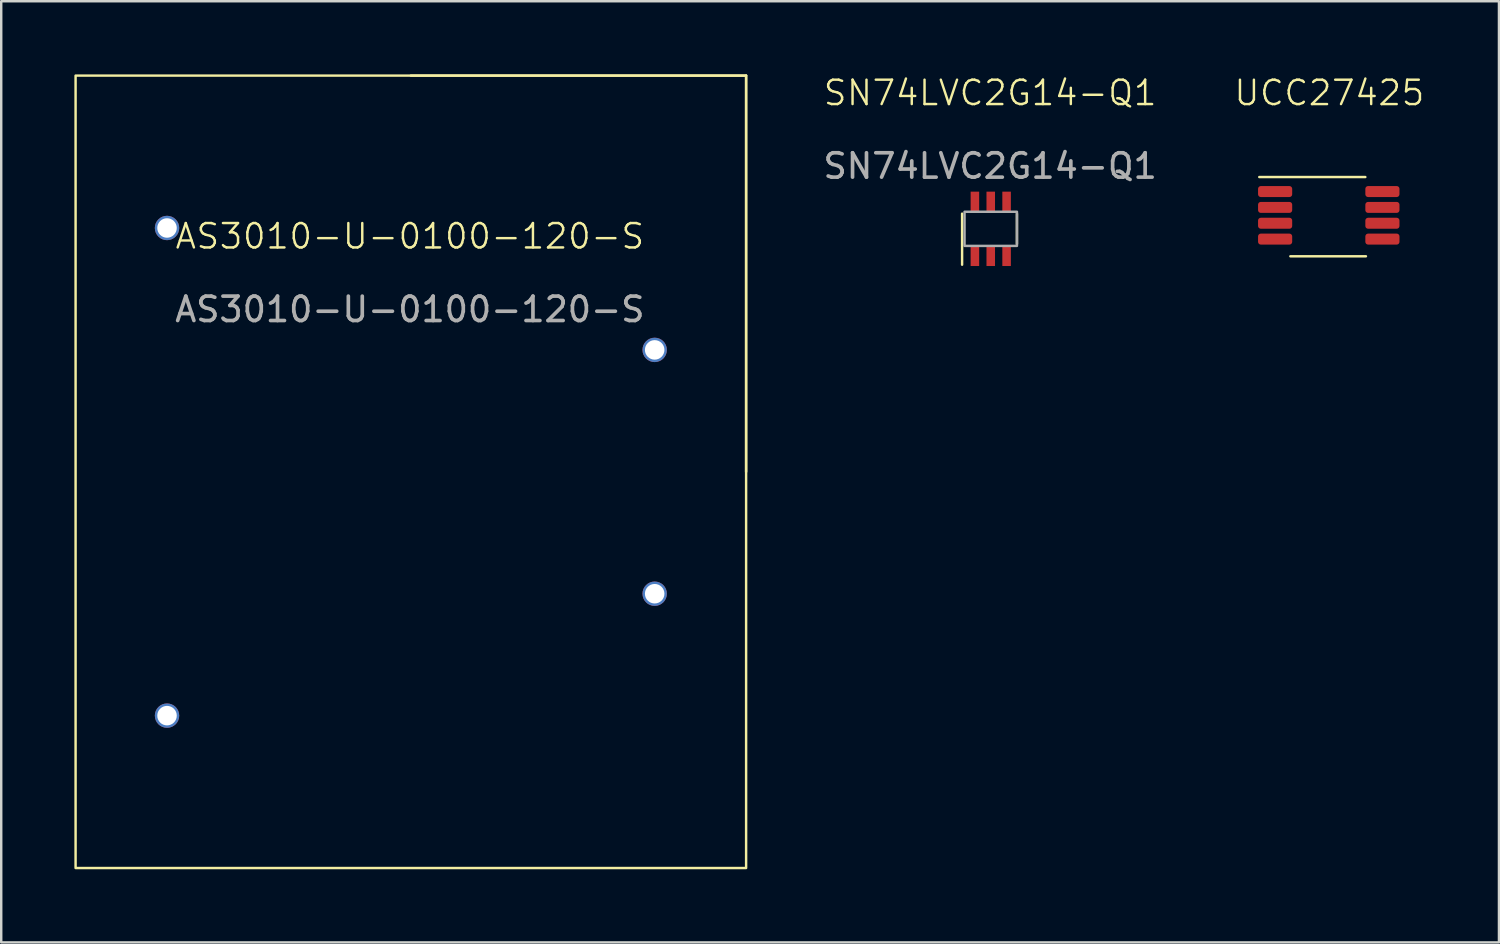
<source format=kicad_pcb>
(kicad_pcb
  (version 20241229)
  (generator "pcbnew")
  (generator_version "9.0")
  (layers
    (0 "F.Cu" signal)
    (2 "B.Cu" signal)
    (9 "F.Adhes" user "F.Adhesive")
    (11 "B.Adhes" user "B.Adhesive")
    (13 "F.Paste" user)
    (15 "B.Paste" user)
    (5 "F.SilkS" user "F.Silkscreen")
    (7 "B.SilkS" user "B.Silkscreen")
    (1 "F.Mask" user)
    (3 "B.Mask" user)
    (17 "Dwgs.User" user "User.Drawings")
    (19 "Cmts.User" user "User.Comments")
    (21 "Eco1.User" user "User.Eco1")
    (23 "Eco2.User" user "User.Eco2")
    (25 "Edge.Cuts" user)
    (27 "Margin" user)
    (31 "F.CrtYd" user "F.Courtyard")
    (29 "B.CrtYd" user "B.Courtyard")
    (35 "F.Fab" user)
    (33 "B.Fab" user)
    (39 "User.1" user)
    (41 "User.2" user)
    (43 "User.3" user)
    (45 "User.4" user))
  (footprint "AS3010-U-0100-120-S"
    (layer "F.Cu")
    (at 13.8 16.3)
    (property "Reference" "AS3010-U-0100-120-S" (at -0.04 -9.66 0) (unlocked yes) (layer "F.SilkS") (effects (font (size 1 1) (thickness 0.1))))
    (attr through_hole)
    (fp_line (start 0 -16.25) (end 13.75 -16.25) (stroke (width 0.1) (type default)) (layer "F.SilkS"))
    (fp_line (start 13.75 -16.25) (end 13.75 0) (stroke (width 0.1) (type default)) (layer "F.SilkS"))
    (fp_rect (start -13.75 -16.25) (end 13.75 16.25) (stroke (width 0.1) (type default)) (fill no) (layer "F.SilkS"))
    (fp_text user "${REFERENCE}" (at -0.04 -6.66 0) (unlocked yes) (layer "F.Fab") (effects (font (size 1 1) (thickness 0.15))))
    (pad "1" thru_hole circle (at -10 -10) (size 1 1) (drill 0.8) (layers "*.Cu" "*.Mask"))
    (pad "2" thru_hole circle (at -10 10) (size 1 1) (drill 0.8) (layers "*.Cu" "*.Mask"))
    (pad "3" thru_hole circle (at 10 5) (size 1 1) (drill 0.8) (layers "*.Cu" "*.Mask"))
    (pad "4" thru_hole circle (at 10 -5) (size 1 1) (drill 0.8) (layers "*.Cu" "*.Mask")))
  (footprint "UCC27425"
    (layer "F.Cu")
    (at 51.446 5.761)
    (property "Reference" "UCC27425" (at 0.025 -5 0) (unlocked yes) (layer "F.SilkS") (effects (font (size 1 1) (thickness 0.1))))
    (attr smd)
    (fp_line (start -1.575 1.7) (end 1.525 1.7) (stroke (width 0.1) (type default)) (layer "F.SilkS"))
    (fp_line (start 1.5 -1.55) (end -2.85 -1.55) (stroke (width 0.1) (type default)) (layer "F.SilkS"))
    (pad "1" smd roundrect (at -2.2 -0.955 90) (size 0.45 1.4) (layers "*.Mask" "F.Cu" "F.Paste") (roundrect_rratio 0.25))
    (pad "2" smd roundrect (at -2.2 -0.305 90) (size 0.45 1.4) (layers "*.Mask" "F.Cu" "F.Paste") (roundrect_rratio 0.25))
    (pad "3" smd roundrect (at -2.2 0.345 90) (size 0.45 1.4) (layers "F.Cu" "F.Mask" "F.Paste") (roundrect_rratio 0.25))
    (pad "4" smd roundrect (at -2.2 0.995 90) (size 0.45 1.4) (layers "*.Mask" "F.Cu" "F.Paste") (roundrect_rratio 0.25))
    (pad "5" smd roundrect (at 2.2 0.995 90) (size 0.45 1.4) (layers "*.Mask" "F.Cu" "F.Paste") (roundrect_rratio 0.25))
    (pad "6" smd roundrect (at 2.2 0.345 90) (size 0.45 1.4) (layers "*.Mask" "F.Cu" "F.Paste") (roundrect_rratio 0.25))
    (pad "7" smd roundrect (at 2.2 -0.305 90) (size 0.45 1.4) (layers "*.Mask" "F.Cu" "F.Paste") (roundrect_rratio 0.25))
    (pad "8" smd roundrect (at 2.2 -0.955 90) (size 0.45 1.4) (layers "F.Cu" "B.Mask" "F.Paste") (roundrect_rratio 0.25)))
  (footprint "SN74LVC2G14-Q1"
    (layer "F.Cu")
    (at 37.583 6.335)
    (property "Reference" "SN74LVC2G14-Q1" (at -0.025 -5.575 0) (unlocked yes) (layer "F.SilkS") (effects (font (size 1 1) (thickness 0.1))))
    (attr smd)
    (fp_line (start -1.175 -0.623) (end -1.175 1.472) (stroke (width 0.1) (type default)) (layer "F.SilkS"))
    (fp_line (start 1.075 -0.62) (end 1.075 0.62) (stroke (width 0.1) (type default)) (layer "F.SilkS"))
    (fp_rect (start -1.075 -0.7) (end 1.075 0.7) (stroke (width 0.1) (type default)) (fill no) (layer "F.Fab"))
    (fp_text user "${REFERENCE}" (at -0.025 -2.575 0) (unlocked yes) (layer "F.Fab") (effects (font (size 1 1) (thickness 0.15))))
    (pad "1" smd rect (at -0.65 1.1) (size 0.35 0.85) (layers "F.Cu" "F.Mask" "F.Paste"))
    (pad "2" smd rect (at 0 1.1) (size 0.35 0.85) (layers "F.Cu" "F.Mask" "F.Paste"))
    (pad "3" smd rect (at 0.65 1.1) (size 0.35 0.85) (layers "F.Cu" "F.Mask" "F.Paste"))
    (pad "4" smd rect (at 0.65 -1.1) (size 0.35 0.85) (layers "F.Cu" "F.Mask" "F.Paste"))
    (pad "5" smd rect (at 0 -1.1) (size 0.35 0.85) (layers "F.Cu" "F.Mask" "F.Paste"))
    (pad "6" smd rect (at -0.65 -1.1) (size 0.35 0.85) (layers "F.Cu" "F.Mask" "F.Paste")))
  (gr_rect
    (start -3 -3)
    (end 58.426 35.6)
    (stroke (width 0.1) (type default))
    (fill no)
    (layer "Edge.Cuts")))
</source>
